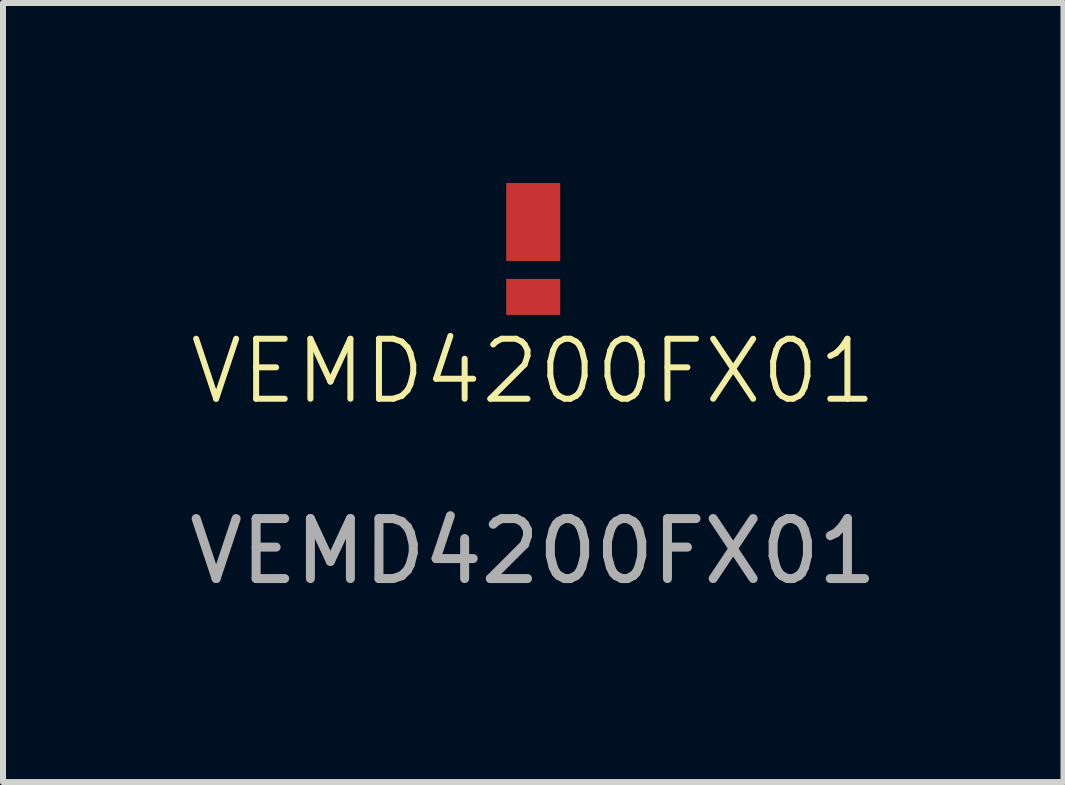
<source format=kicad_pcb>
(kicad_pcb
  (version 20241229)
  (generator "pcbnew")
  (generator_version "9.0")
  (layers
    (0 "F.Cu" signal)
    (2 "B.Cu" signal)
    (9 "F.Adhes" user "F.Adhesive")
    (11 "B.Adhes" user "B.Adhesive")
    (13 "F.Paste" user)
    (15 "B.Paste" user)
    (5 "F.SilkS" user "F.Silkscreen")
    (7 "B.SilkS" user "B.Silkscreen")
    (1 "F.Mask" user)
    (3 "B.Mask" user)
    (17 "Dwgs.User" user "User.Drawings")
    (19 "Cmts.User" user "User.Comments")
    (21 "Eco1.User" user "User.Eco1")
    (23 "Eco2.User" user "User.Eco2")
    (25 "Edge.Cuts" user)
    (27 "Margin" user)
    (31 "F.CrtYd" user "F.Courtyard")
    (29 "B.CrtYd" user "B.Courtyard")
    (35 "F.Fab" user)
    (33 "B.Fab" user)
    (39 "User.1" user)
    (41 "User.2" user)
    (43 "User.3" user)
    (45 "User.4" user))
  (footprint "VEMD4200FX01"
    (layer "F.Cu")
    (at 5.839 1.1)
    (property "Reference" "VEMD4200FX01" (at 0 2.04 0) (unlocked yes) (layer "F.SilkS") (effects (font (size 1 1) (thickness 0.1))))
    (attr smd)
    (fp_text user "${REFERENCE}" (at 0 5.04 0) (unlocked yes) (layer "F.Fab") (effects (font (size 1 1) (thickness 0.15))))
    (pad "1" smd rect (at 0 -0.45) (size 0.9 1.3) (layers "F.Cu" "F.Mask" "F.Paste"))
    (pad "2" smd rect (at 0 0.8) (size 0.9 0.6) (layers "F.Cu" "F.Mask" "F.Paste")))
  (gr_rect
    (start -3 -3)
    (end 14.679 9.988)
    (stroke (width 0.1) (type default))
    (fill no)
    (layer "Edge.Cuts")))
</source>
